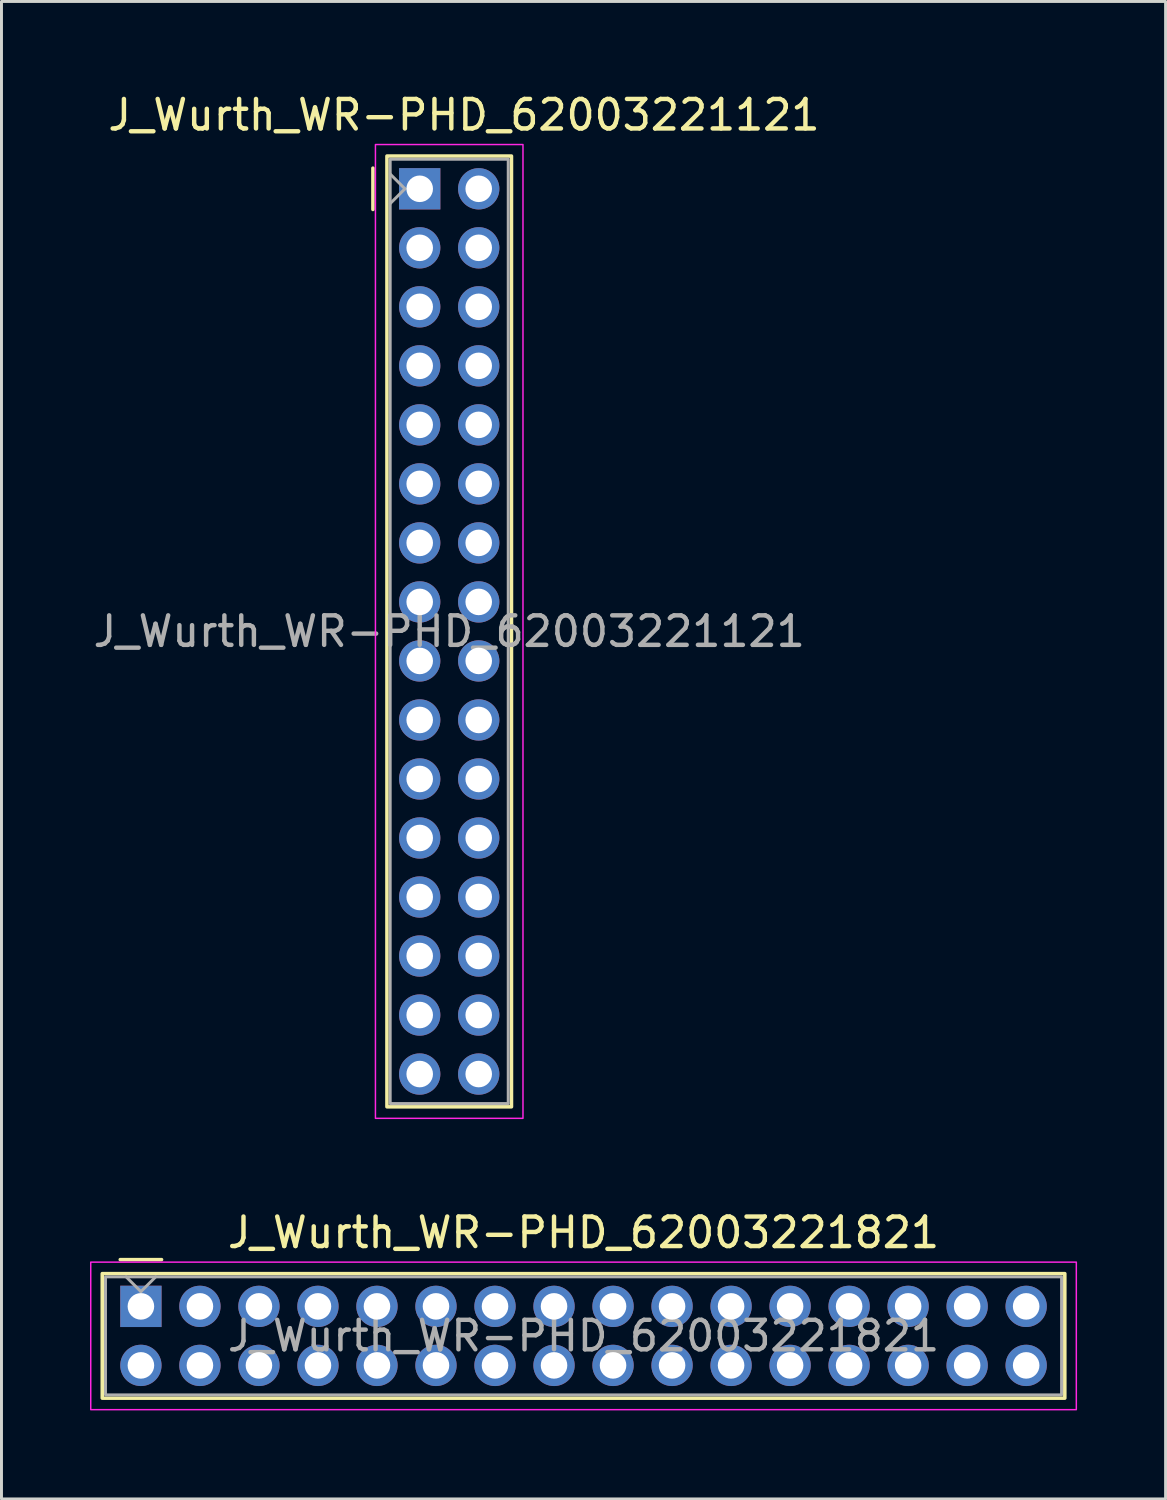
<source format=kicad_pcb>
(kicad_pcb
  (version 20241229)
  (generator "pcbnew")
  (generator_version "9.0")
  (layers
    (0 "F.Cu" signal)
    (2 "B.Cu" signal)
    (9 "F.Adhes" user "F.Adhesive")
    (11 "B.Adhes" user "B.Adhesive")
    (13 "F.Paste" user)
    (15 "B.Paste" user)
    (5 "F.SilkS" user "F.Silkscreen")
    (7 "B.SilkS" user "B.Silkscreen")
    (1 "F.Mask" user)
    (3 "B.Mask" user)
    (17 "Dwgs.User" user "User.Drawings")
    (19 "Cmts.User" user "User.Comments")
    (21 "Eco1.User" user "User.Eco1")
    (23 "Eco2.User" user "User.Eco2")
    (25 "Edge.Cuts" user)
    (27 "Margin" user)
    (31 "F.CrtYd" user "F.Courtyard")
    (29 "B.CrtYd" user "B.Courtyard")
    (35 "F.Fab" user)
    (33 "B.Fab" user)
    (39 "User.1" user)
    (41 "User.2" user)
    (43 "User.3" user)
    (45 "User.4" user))
  (footprint "J_Wurth_WR-PHD_62003221121"
    (layer "F.Cu")
    (at 11.173 3.348)
    (property "Reference" "J_Wurth_WR-PHD_62003221121" (at 1.5 -2.5 0) (unlocked yes) (layer "F.SilkS") (effects (font (size 1 1) (thickness 0.15))))
    (attr through_hole)
    (fp_line (start -1.585 -0.7) (end -1.585 0.7) (stroke (width 0.12) (type solid)) (layer "F.SilkS"))
    (fp_rect (start -1.11 -1.11) (end 3.11 31.11) (stroke (width 0.12) (type solid)) (fill no) (layer "F.SilkS"))
    (fp_rect (start -1.5 -1.5) (end 3.5 31.5) (stroke (width 0.05) (type solid)) (fill no) (layer "F.CrtYd"))
    (fp_line (start -1 -0.5) (end -0.5 0) (stroke (width 0.1) (type default)) (layer "F.Fab"))
    (fp_line (start -0.5 0) (end -1 0.5) (stroke (width 0.1) (type default)) (layer "F.Fab"))
    (fp_rect (start -1 -1) (end 3 31) (stroke (width 0.1) (type solid)) (fill no) (layer "F.Fab"))
    (fp_text user "${REFERENCE}" (at 1 15 0) (unlocked yes) (layer "F.Fab") (effects (font (size 1 1) (thickness 0.15))))
    (pad "1" thru_hole rect (at 0 0) (size 1.4 1.4) (drill 0.9) (layers "*.Cu" "*.Mask"))
    (pad "2" thru_hole circle (at 2 0) (size 1.4 1.4) (drill 0.9) (layers "*.Cu" "*.Mask"))
    (pad "3" thru_hole circle (at 0 2) (size 1.4 1.4) (drill 0.9) (layers "*.Cu" "*.Mask"))
    (pad "4" thru_hole circle (at 2 2) (size 1.4 1.4) (drill 0.9) (layers "*.Cu" "*.Mask"))
    (pad "5" thru_hole circle (at 0 4) (size 1.4 1.4) (drill 0.9) (layers "*.Cu" "*.Mask"))
    (pad "6" thru_hole circle (at 2 4) (size 1.4 1.4) (drill 0.9) (layers "*.Cu" "*.Mask"))
    (pad "7" thru_hole circle (at 0 6) (size 1.4 1.4) (drill 0.9) (layers "*.Cu" "*.Mask"))
    (pad "8" thru_hole circle (at 2 6) (size 1.4 1.4) (drill 0.9) (layers "*.Cu" "*.Mask"))
    (pad "9" thru_hole circle (at 0 8) (size 1.4 1.4) (drill 0.9) (layers "*.Cu" "*.Mask"))
    (pad "10" thru_hole circle (at 2 8) (size 1.4 1.4) (drill 0.9) (layers "*.Cu" "*.Mask"))
    (pad "11" thru_hole circle (at 0 10) (size 1.4 1.4) (drill 0.9) (layers "*.Cu" "*.Mask"))
    (pad "12" thru_hole circle (at 2 10) (size 1.4 1.4) (drill 0.9) (layers "*.Cu" "*.Mask"))
    (pad "13" thru_hole circle (at 0 12) (size 1.4 1.4) (drill 0.9) (layers "*.Cu" "*.Mask"))
    (pad "14" thru_hole circle (at 2 12) (size 1.4 1.4) (drill 0.9) (layers "*.Cu" "*.Mask"))
    (pad "15" thru_hole circle (at 0 14) (size 1.4 1.4) (drill 0.9) (layers "*.Cu" "*.Mask"))
    (pad "16" thru_hole circle (at 2 14) (size 1.4 1.4) (drill 0.9) (layers "*.Cu" "*.Mask"))
    (pad "17" thru_hole circle (at 0 16) (size 1.4 1.4) (drill 0.9) (layers "*.Cu" "*.Mask"))
    (pad "18" thru_hole circle (at 2 16) (size 1.4 1.4) (drill 0.9) (layers "*.Cu" "*.Mask"))
    (pad "19" thru_hole circle (at 0 18) (size 1.4 1.4) (drill 0.9) (layers "*.Cu" "*.Mask"))
    (pad "20" thru_hole circle (at 2 18) (size 1.4 1.4) (drill 0.9) (layers "*.Cu" "*.Mask"))
    (pad "21" thru_hole circle (at 0 20) (size 1.4 1.4) (drill 0.9) (layers "*.Cu" "*.Mask"))
    (pad "22" thru_hole circle (at 2 20) (size 1.4 1.4) (drill 0.9) (layers "*.Cu" "*.Mask"))
    (pad "23" thru_hole circle (at 0 22) (size 1.4 1.4) (drill 0.9) (layers "*.Cu" "*.Mask"))
    (pad "24" thru_hole circle (at 2 22) (size 1.4 1.4) (drill 0.9) (layers "*.Cu" "*.Mask"))
    (pad "25" thru_hole circle (at 0 24) (size 1.4 1.4) (drill 0.9) (layers "*.Cu" "*.Mask"))
    (pad "26" thru_hole circle (at 2 24) (size 1.4 1.4) (drill 0.9) (layers "*.Cu" "*.Mask"))
    (pad "27" thru_hole circle (at 0 26) (size 1.4 1.4) (drill 0.9) (layers "*.Cu" "*.Mask"))
    (pad "28" thru_hole circle (at 2 26) (size 1.4 1.4) (drill 0.9) (layers "*.Cu" "*.Mask"))
    (pad "29" thru_hole circle (at 0 28) (size 1.4 1.4) (drill 0.9) (layers "*.Cu" "*.Mask"))
    (pad "30" thru_hole circle (at 2 28) (size 1.4 1.4) (drill 0.9) (layers "*.Cu" "*.Mask"))
    (pad "31" thru_hole circle (at 0 30) (size 1.4 1.4) (drill 0.9) (layers "*.Cu" "*.Mask"))
    (pad "32" thru_hole circle (at 2 30) (size 1.4 1.4) (drill 0.9) (layers "*.Cu" "*.Mask")))
  (footprint "J_Wurth_WR-PHD_62003221821"
    (layer "F.Cu")
    (at 1.725 41.221)
    (property "Reference" "J_Wurth_WR-PHD_62003221821" (at 15 -2.5 0) (unlocked yes) (layer "F.SilkS") (effects (font (size 1 1) (thickness 0.15))))
    (attr through_hole)
    (fp_line (start 0.7 -1.585) (end -0.7 -1.585) (stroke (width 0.12) (type solid)) (layer "F.SilkS"))
    (fp_rect (start -1.31 -1.11) (end 31.31 3.11) (stroke (width 0.12) (type solid)) (fill no) (layer "F.SilkS"))
    (fp_rect (start -1.7 -1.5) (end 31.7 3.5) (stroke (width 0.05) (type solid)) (fill no) (layer "F.CrtYd"))
    (fp_line (start 0 -0.5) (end -0.5 -1) (stroke (width 0.1) (type default)) (layer "F.Fab"))
    (fp_line (start 0.5 -1) (end 0 -0.5) (stroke (width 0.1) (type default)) (layer "F.Fab"))
    (fp_rect (start -1.2 -1) (end 31.2 3) (stroke (width 0.1) (type solid)) (fill no) (layer "F.Fab"))
    (fp_text user "${REFERENCE}" (at 15 1 0) (unlocked yes) (layer "F.Fab") (effects (font (size 1 1) (thickness 0.15))))
    (pad "1" thru_hole rect (at 0 0 180) (size 1.4 1.4) (drill 0.9) (layers "*.Cu" "*.Mask"))
    (pad "2" thru_hole circle (at 0 2 180) (size 1.4 1.4) (drill 0.9) (layers "*.Cu" "*.Mask"))
    (pad "3" thru_hole circle (at 2 0 180) (size 1.4 1.4) (drill 0.9) (layers "*.Cu" "*.Mask"))
    (pad "4" thru_hole circle (at 2 2 180) (size 1.4 1.4) (drill 0.9) (layers "*.Cu" "*.Mask"))
    (pad "5" thru_hole circle (at 4 0 180) (size 1.4 1.4) (drill 0.9) (layers "*.Cu" "*.Mask"))
    (pad "6" thru_hole circle (at 4 2 180) (size 1.4 1.4) (drill 0.9) (layers "*.Cu" "*.Mask"))
    (pad "7" thru_hole circle (at 6 0 180) (size 1.4 1.4) (drill 0.9) (layers "*.Cu" "*.Mask"))
    (pad "8" thru_hole circle (at 6 2 180) (size 1.4 1.4) (drill 0.9) (layers "*.Cu" "*.Mask"))
    (pad "9" thru_hole circle (at 8 0 180) (size 1.4 1.4) (drill 0.9) (layers "*.Cu" "*.Mask"))
    (pad "10" thru_hole circle (at 8 2 180) (size 1.4 1.4) (drill 0.9) (layers "*.Cu" "*.Mask"))
    (pad "11" thru_hole circle (at 10 0 180) (size 1.4 1.4) (drill 0.9) (layers "*.Cu" "*.Mask"))
    (pad "12" thru_hole circle (at 10 2 180) (size 1.4 1.4) (drill 0.9) (layers "*.Cu" "*.Mask"))
    (pad "13" thru_hole circle (at 12 0 180) (size 1.4 1.4) (drill 0.9) (layers "*.Cu" "*.Mask"))
    (pad "14" thru_hole circle (at 12 2 180) (size 1.4 1.4) (drill 0.9) (layers "*.Cu" "*.Mask"))
    (pad "15" thru_hole circle (at 14 0 180) (size 1.4 1.4) (drill 0.9) (layers "*.Cu" "*.Mask"))
    (pad "16" thru_hole circle (at 14 2 180) (size 1.4 1.4) (drill 0.9) (layers "*.Cu" "*.Mask"))
    (pad "17" thru_hole circle (at 16 0 180) (size 1.4 1.4) (drill 0.9) (layers "*.Cu" "*.Mask"))
    (pad "18" thru_hole circle (at 16 2 180) (size 1.4 1.4) (drill 0.9) (layers "*.Cu" "*.Mask"))
    (pad "19" thru_hole circle (at 18 0 180) (size 1.4 1.4) (drill 0.9) (layers "*.Cu" "*.Mask"))
    (pad "20" thru_hole circle (at 18 2 180) (size 1.4 1.4) (drill 0.9) (layers "*.Cu" "*.Mask"))
    (pad "21" thru_hole circle (at 20 0 180) (size 1.4 1.4) (drill 0.9) (layers "*.Cu" "*.Mask"))
    (pad "22" thru_hole circle (at 20 2 180) (size 1.4 1.4) (drill 0.9) (layers "*.Cu" "*.Mask"))
    (pad "23" thru_hole circle (at 22 0 180) (size 1.4 1.4) (drill 0.9) (layers "*.Cu" "*.Mask"))
    (pad "24" thru_hole circle (at 22 2 180) (size 1.4 1.4) (drill 0.9) (layers "*.Cu" "*.Mask"))
    (pad "25" thru_hole circle (at 24 0 180) (size 1.4 1.4) (drill 0.9) (layers "*.Cu" "*.Mask"))
    (pad "26" thru_hole circle (at 24 2 180) (size 1.4 1.4) (drill 0.9) (layers "*.Cu" "*.Mask"))
    (pad "27" thru_hole circle (at 26 0 180) (size 1.4 1.4) (drill 0.9) (layers "*.Cu" "*.Mask"))
    (pad "28" thru_hole circle (at 26 2 180) (size 1.4 1.4) (drill 0.9) (layers "*.Cu" "*.Mask"))
    (pad "29" thru_hole circle (at 28 0 180) (size 1.4 1.4) (drill 0.9) (layers "*.Cu" "*.Mask"))
    (pad "30" thru_hole circle (at 28 2 180) (size 1.4 1.4) (drill 0.9) (layers "*.Cu" "*.Mask"))
    (pad "31" thru_hole circle (at 30 0 180) (size 1.4 1.4) (drill 0.9) (layers "*.Cu" "*.Mask"))
    (pad "32" thru_hole circle (at 30 2 180) (size 1.4 1.4) (drill 0.9) (layers "*.Cu" "*.Mask")))
  (gr_rect
    (start -3 -3)
    (end 36.45 47.746)
    (stroke (width 0.1) (type default))
    (fill no)
    (layer "Edge.Cuts")))
</source>
